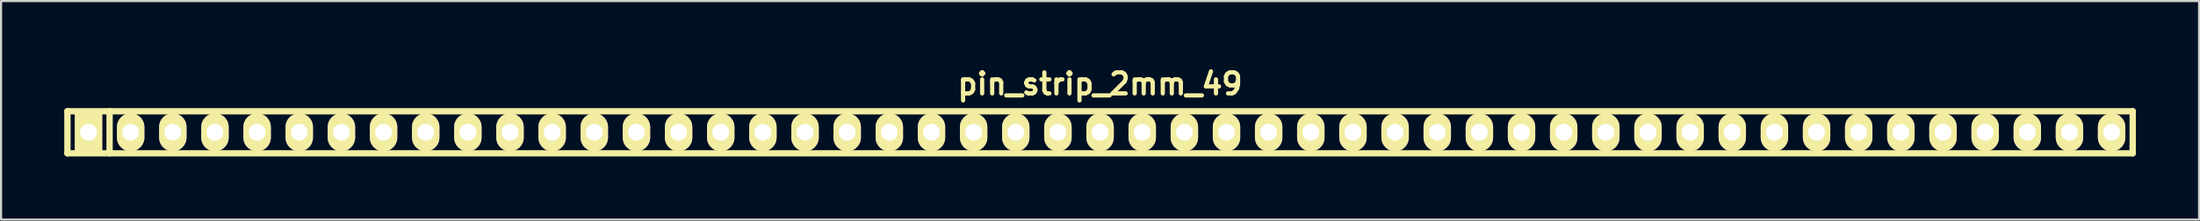
<source format=kicad_pcb>
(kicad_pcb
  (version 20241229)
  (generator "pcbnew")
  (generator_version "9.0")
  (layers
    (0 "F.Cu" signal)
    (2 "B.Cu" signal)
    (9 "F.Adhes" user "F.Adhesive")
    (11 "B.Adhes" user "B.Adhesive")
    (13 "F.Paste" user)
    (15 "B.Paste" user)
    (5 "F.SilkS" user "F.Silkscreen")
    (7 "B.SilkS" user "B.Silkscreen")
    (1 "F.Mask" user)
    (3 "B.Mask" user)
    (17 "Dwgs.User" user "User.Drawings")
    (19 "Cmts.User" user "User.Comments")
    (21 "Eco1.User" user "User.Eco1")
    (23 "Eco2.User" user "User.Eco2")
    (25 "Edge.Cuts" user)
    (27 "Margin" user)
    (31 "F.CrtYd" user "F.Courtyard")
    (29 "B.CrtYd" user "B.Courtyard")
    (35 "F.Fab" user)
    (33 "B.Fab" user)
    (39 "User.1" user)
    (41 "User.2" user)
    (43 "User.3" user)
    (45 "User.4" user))
  (footprint "pin_strip_2mm_49"
    (layer "F.Cu")
    (at 49.15 3.236)
    (property "Reference" "pin_strip_2mm_49" (at 0 -2.3 0) (layer "F.SilkS") (effects (font (size 1 1) (thickness 0.2))))
    (attr through_hole)
    (fp_line (start -49 -1) (end 49 -1) (stroke (width 0.3) (type solid)) (layer "F.SilkS"))
    (fp_line (start -49 1) (end -49 -1) (stroke (width 0.3) (type solid)) (layer "F.SilkS"))
    (fp_line (start -47 -1) (end -47 1) (stroke (width 0.3) (type solid)) (layer "F.SilkS"))
    (fp_line (start 49 -1) (end 49 1) (stroke (width 0.3) (type solid)) (layer "F.SilkS"))
    (fp_line (start 49 1) (end -49 1) (stroke (width 0.3) (type solid)) (layer "F.SilkS"))
    (pad "1" thru_hole rect (at -48 0) (size 1.3 1.8) (drill 0.8) (layers "*.Cu" "*.Mask" "F.SilkS"))
    (pad "2" thru_hole oval (at -46 0) (size 1.3 1.8) (drill 0.8) (layers "*.Cu" "*.Mask" "F.SilkS"))
    (pad "3" thru_hole oval (at -44 0) (size 1.3 1.8) (drill 0.8) (layers "*.Cu" "*.Mask" "F.SilkS"))
    (pad "4" thru_hole oval (at -42 0) (size 1.3 1.8) (drill 0.8) (layers "*.Cu" "*.Mask" "F.SilkS"))
    (pad "5" thru_hole oval (at -40 0) (size 1.3 1.8) (drill 0.8) (layers "*.Cu" "*.Mask" "F.SilkS"))
    (pad "6" thru_hole oval (at -38 0) (size 1.3 1.8) (drill 0.8) (layers "*.Cu" "*.Mask" "F.SilkS"))
    (pad "7" thru_hole oval (at -36 0) (size 1.3 1.8) (drill 0.8) (layers "*.Cu" "*.Mask" "F.SilkS"))
    (pad "8" thru_hole oval (at -34 0) (size 1.3 1.8) (drill 0.8) (layers "*.Cu" "*.Mask" "F.SilkS"))
    (pad "9" thru_hole oval (at -32 0) (size 1.3 1.8) (drill 0.8) (layers "*.Cu" "*.Mask" "F.SilkS"))
    (pad "10" thru_hole oval (at -30 0) (size 1.3 1.8) (drill 0.8) (layers "*.Cu" "*.Mask" "F.SilkS"))
    (pad "11" thru_hole oval (at -28 0) (size 1.3 1.8) (drill 0.8) (layers "*.Cu" "*.Mask" "F.SilkS"))
    (pad "12" thru_hole oval (at -26 0) (size 1.3 1.8) (drill 0.8) (layers "*.Cu" "*.Mask" "F.SilkS"))
    (pad "13" thru_hole oval (at -24 0) (size 1.3 1.8) (drill 0.8) (layers "*.Cu" "*.Mask" "F.SilkS"))
    (pad "14" thru_hole oval (at -22 0) (size 1.3 1.8) (drill 0.8) (layers "*.Cu" "*.Mask" "F.SilkS"))
    (pad "15" thru_hole oval (at -20 0) (size 1.3 1.8) (drill 0.8) (layers "*.Cu" "*.Mask" "F.SilkS"))
    (pad "16" thru_hole oval (at -18 0) (size 1.3 1.8) (drill 0.8) (layers "*.Cu" "*.Mask" "F.SilkS"))
    (pad "17" thru_hole oval (at -16 0) (size 1.3 1.8) (drill 0.8) (layers "*.Cu" "*.Mask" "F.SilkS"))
    (pad "18" thru_hole oval (at -14 0) (size 1.3 1.8) (drill 0.8) (layers "*.Cu" "*.Mask" "F.SilkS"))
    (pad "19" thru_hole oval (at -12 0) (size 1.3 1.8) (drill 0.8) (layers "*.Cu" "*.Mask" "F.SilkS"))
    (pad "20" thru_hole oval (at -10 0) (size 1.3 1.8) (drill 0.8) (layers "*.Cu" "*.Mask" "F.SilkS"))
    (pad "21" thru_hole oval (at -8 0) (size 1.3 1.8) (drill 0.8) (layers "*.Cu" "*.Mask" "F.SilkS"))
    (pad "22" thru_hole oval (at -6 0) (size 1.3 1.8) (drill 0.8) (layers "*.Cu" "*.Mask" "F.SilkS"))
    (pad "23" thru_hole oval (at -4 0) (size 1.3 1.8) (drill 0.8) (layers "*.Cu" "*.Mask" "F.SilkS"))
    (pad "24" thru_hole oval (at -2 0) (size 1.3 1.8) (drill 0.8) (layers "*.Cu" "*.Mask" "F.SilkS"))
    (pad "25" thru_hole oval (at 0 0) (size 1.3 1.8) (drill 0.8) (layers "*.Cu" "*.Mask" "F.SilkS"))
    (pad "26" thru_hole oval (at 2 0) (size 1.3 1.8) (drill 0.8) (layers "*.Cu" "*.Mask" "F.SilkS"))
    (pad "27" thru_hole oval (at 4 0) (size 1.3 1.8) (drill 0.8) (layers "*.Cu" "*.Mask" "F.SilkS"))
    (pad "28" thru_hole oval (at 6 0) (size 1.3 1.8) (drill 0.8) (layers "*.Cu" "*.Mask" "F.SilkS"))
    (pad "29" thru_hole oval (at 8 0) (size 1.3 1.8) (drill 0.8) (layers "*.Cu" "*.Mask" "F.SilkS"))
    (pad "30" thru_hole oval (at 10 0) (size 1.3 1.8) (drill 0.8) (layers "*.Cu" "*.Mask" "F.SilkS"))
    (pad "31" thru_hole oval (at 12 0) (size 1.3 1.8) (drill 0.8) (layers "*.Cu" "*.Mask" "F.SilkS"))
    (pad "32" thru_hole oval (at 14 0) (size 1.3 1.8) (drill 0.8) (layers "*.Cu" "*.Mask" "F.SilkS"))
    (pad "33" thru_hole oval (at 16 0) (size 1.3 1.8) (drill 0.8) (layers "*.Cu" "*.Mask" "F.SilkS"))
    (pad "34" thru_hole oval (at 18 0) (size 1.3 1.8) (drill 0.8) (layers "*.Cu" "*.Mask" "F.SilkS"))
    (pad "35" thru_hole oval (at 20 0) (size 1.3 1.8) (drill 0.8) (layers "*.Cu" "*.Mask" "F.SilkS"))
    (pad "36" thru_hole oval (at 22 0) (size 1.3 1.8) (drill 0.8) (layers "*.Cu" "*.Mask" "F.SilkS"))
    (pad "37" thru_hole oval (at 24 0) (size 1.3 1.8) (drill 0.8) (layers "*.Cu" "*.Mask" "F.SilkS"))
    (pad "38" thru_hole oval (at 26 0) (size 1.3 1.8) (drill 0.8) (layers "*.Cu" "*.Mask" "F.SilkS"))
    (pad "39" thru_hole oval (at 28 0) (size 1.3 1.8) (drill 0.8) (layers "*.Cu" "*.Mask" "F.SilkS"))
    (pad "40" thru_hole oval (at 30 0) (size 1.3 1.8) (drill 0.8) (layers "*.Cu" "*.Mask" "F.SilkS"))
    (pad "41" thru_hole oval (at 32 0) (size 1.3 1.8) (drill 0.8) (layers "*.Cu" "*.Mask" "F.SilkS"))
    (pad "42" thru_hole oval (at 34 0) (size 1.3 1.8) (drill 0.8) (layers "*.Cu" "*.Mask" "F.SilkS"))
    (pad "43" thru_hole oval (at 36 0) (size 1.3 1.8) (drill 0.8) (layers "*.Cu" "*.Mask" "F.SilkS"))
    (pad "44" thru_hole oval (at 38 0) (size 1.3 1.8) (drill 0.8) (layers "*.Cu" "*.Mask" "F.SilkS"))
    (pad "45" thru_hole oval (at 40 0) (size 1.3 1.8) (drill 0.8) (layers "*.Cu" "*.Mask" "F.SilkS"))
    (pad "46" thru_hole oval (at 42 0) (size 1.3 1.8) (drill 0.8) (layers "*.Cu" "*.Mask" "F.SilkS"))
    (pad "47" thru_hole oval (at 44 0) (size 1.3 1.8) (drill 0.8) (layers "*.Cu" "*.Mask" "F.SilkS"))
    (pad "48" thru_hole oval (at 46 0) (size 1.3 1.8) (drill 0.8) (layers "*.Cu" "*.Mask" "F.SilkS"))
    (pad "49" thru_hole oval (at 48 0) (size 1.3 1.8) (drill 0.8) (layers "*.Cu" "*.Mask" "F.SilkS")))
  (gr_rect
    (start -3 -3)
    (end 101.3 7.386)
    (stroke (width 0.1) (type default))
    (fill no)
    (layer "Edge.Cuts")))
</source>
